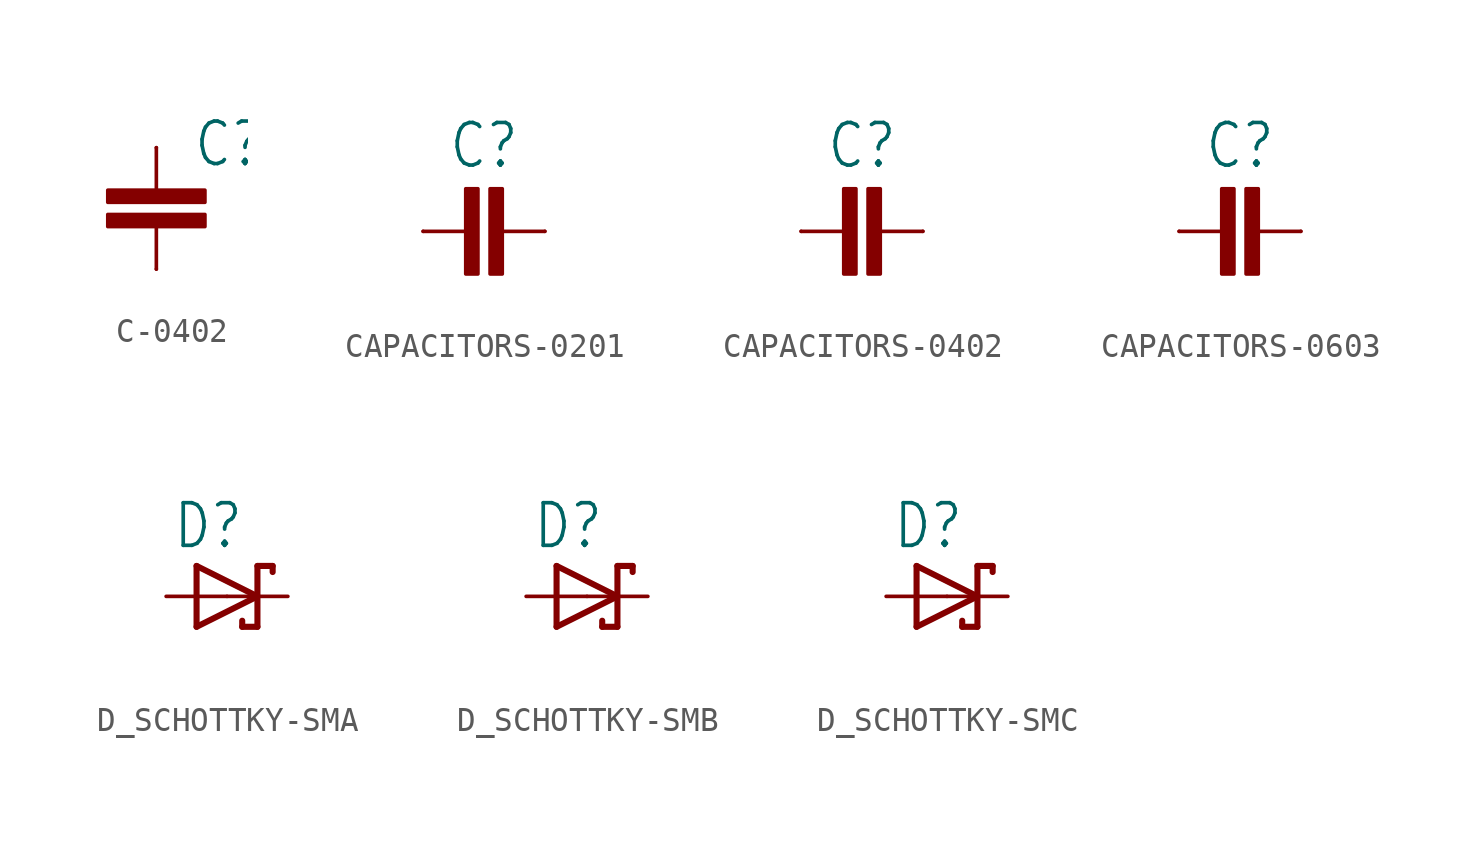
<source format=kicad_sym>
(kicad_symbol_lib
  (version 20231120)
  (generator "kicad_symbol_editor")
  (generator_version "8.0")
  (symbol "C-0402"
    (property "Reference" "C"
      (at 1.524 1.651 0)
      (effects (font (size 1.778 1.511)) (justify left bottom)))
    (property "Value" ""
      (at 1.524 -3.429 0)
      (effects (font (size 1.778 1.511)) (justify left bottom)))
    (property "ki_locked" ""
      (at 0 0 0)
      (effects (font (size 1.27 1.27))))
    (symbol "C-0402_1_0"
      (rectangle (start -2.032 -0.762) (end 2.032 -0.254) (stroke (width 0) (type default)) (fill (type outline)))
      (rectangle (start -2.032 0.254) (end 2.032 0.762) (stroke (width 0) (type default)) (fill (type outline)))
      (polyline (pts (xy 0 -2.54) (xy 0 -0.762)) (stroke (width 0.152) (type solid)) (fill (type none)))
      (polyline (pts (xy 0 2.54) (xy 0 0.762)) (stroke (width 0.152) (type solid)) (fill (type none)))
      (pin passive line (at 0 2.54 270) (length 0) (name "1" (effects (font (size 0 0)))) (number "1" (effects (font (size 0 0)))))
      (pin passive line (at 0 -2.54 90) (length 0) (name "2" (effects (font (size 0 0)))) (number "2" (effects (font (size 0 0)))))))
  (symbol "CAPACITORS-0201"
    (property "Reference" "C"
      (at 0 2.54 0)
      (effects (font (size 1.778 1.511)) (justify bottom)))
    (property "Value" ""
      (at 0 -2.54 0)
      (effects (font (size 1.778 1.511)) (justify top)))
    (property "ki_locked" ""
      (at 0 0 0)
      (effects (font (size 1.27 1.27))))
    (symbol "CAPACITORS-0201_1_0"
      (rectangle (start -0.762 1.778) (end -0.254 -1.778) (stroke (width 0) (type default)) (fill (type outline)))
      (polyline (pts (xy -2.54 0) (xy -0.762 0)) (stroke (width 0.152) (type solid)) (fill (type none)))
      (polyline (pts (xy 2.54 0) (xy 0.762 0)) (stroke (width 0.152) (type solid)) (fill (type none)))
      (rectangle (start 0.254 1.778) (end 0.762 -1.778) (stroke (width 0) (type default)) (fill (type outline)))
      (pin passive line (at -2.54 0 0) (length 0) (name "1" (effects (font (size 0 0)))) (number "1" (effects (font (size 0 0)))))
      (pin passive line (at 2.54 0 180) (length 0) (name "2" (effects (font (size 0 0)))) (number "2" (effects (font (size 0 0)))))))
  (symbol "CAPACITORS-0402"
    (property "Reference" "C"
      (at 0 2.54 0)
      (effects (font (size 1.778 1.511)) (justify bottom)))
    (property "Value" ""
      (at 0 -2.54 0)
      (effects (font (size 1.778 1.511)) (justify top)))
    (property "ki_locked" ""
      (at 0 0 0)
      (effects (font (size 1.27 1.27))))
    (symbol "CAPACITORS-0402_1_0"
      (rectangle (start -0.762 1.778) (end -0.254 -1.778) (stroke (width 0) (type default)) (fill (type outline)))
      (polyline (pts (xy -2.54 0) (xy -0.762 0)) (stroke (width 0.152) (type solid)) (fill (type none)))
      (polyline (pts (xy 2.54 0) (xy 0.762 0)) (stroke (width 0.152) (type solid)) (fill (type none)))
      (rectangle (start 0.254 1.778) (end 0.762 -1.778) (stroke (width 0) (type default)) (fill (type outline)))
      (pin passive line (at -2.54 0 0) (length 0) (name "1" (effects (font (size 0 0)))) (number "1" (effects (font (size 0 0)))))
      (pin passive line (at 2.54 0 180) (length 0) (name "2" (effects (font (size 0 0)))) (number "2" (effects (font (size 0 0)))))))
  (symbol "CAPACITORS-0603"
    (property "Reference" "C"
      (at 0 2.54 0)
      (effects (font (size 1.778 1.511)) (justify bottom)))
    (property "Value" ""
      (at 0 -2.54 0)
      (effects (font (size 1.778 1.511)) (justify top)))
    (property "ki_locked" ""
      (at 0 0 0)
      (effects (font (size 1.27 1.27))))
    (symbol "CAPACITORS-0603_1_0"
      (rectangle (start -0.762 1.778) (end -0.254 -1.778) (stroke (width 0) (type default)) (fill (type outline)))
      (polyline (pts (xy -2.54 0) (xy -0.762 0)) (stroke (width 0.152) (type solid)) (fill (type none)))
      (polyline (pts (xy 2.54 0) (xy 0.762 0)) (stroke (width 0.152) (type solid)) (fill (type none)))
      (rectangle (start 0.254 1.778) (end 0.762 -1.778) (stroke (width 0) (type default)) (fill (type outline)))
      (pin passive line (at -2.54 0 0) (length 0) (name "1" (effects (font (size 0 0)))) (number "1" (effects (font (size 0 0)))))
      (pin passive line (at 2.54 0 180) (length 0) (name "2" (effects (font (size 0 0)))) (number "2" (effects (font (size 0 0)))))))
  (symbol "D_SCHOTTKY-SMA"
    (property "Reference" "D"
      (at -2.286 1.905 0)
      (effects (font (size 1.778 1.511)) (justify left bottom)))
    (property "Value" ""
      (at -2.286 -3.429 0)
      (effects (font (size 1.778 1.511)) (justify left bottom)))
    (property "ki_locked" ""
      (at 0 0 0)
      (effects (font (size 1.27 1.27))))
    (symbol "D_SCHOTTKY-SMA_1_0"
      (polyline (pts (xy -1.27 -1.27) (xy 1.27 0)) (stroke (width 0.254) (type solid)) (fill (type none)))
      (polyline (pts (xy -1.27 1.27) (xy -1.27 -1.27)) (stroke (width 0.254) (type solid)) (fill (type none)))
      (polyline (pts (xy 0.635 -1.016) (xy 0.635 -1.27)) (stroke (width 0.254) (type solid)) (fill (type none)))
      (polyline (pts (xy 1.27 -1.27) (xy 0.635 -1.27)) (stroke (width 0.254) (type solid)) (fill (type none)))
      (polyline (pts (xy 1.27 0) (xy -1.27 1.27)) (stroke (width 0.254) (type solid)) (fill (type none)))
      (polyline (pts (xy 1.27 0) (xy 1.27 -1.27)) (stroke (width 0.254) (type solid)) (fill (type none)))
      (polyline (pts (xy 1.27 1.27) (xy 1.27 0)) (stroke (width 0.254) (type solid)) (fill (type none)))
      (polyline (pts (xy 1.905 1.27) (xy 1.27 1.27)) (stroke (width 0.254) (type solid)) (fill (type none)))
      (polyline (pts (xy 1.905 1.27) (xy 1.905 1.016)) (stroke (width 0.254) (type solid)) (fill (type none)))
      (pin passive line (at -2.54 0 0) (length 2.54) (name "A" (effects (font (size 0 0)))) (number "A" (effects (font (size 0 0)))))
      (pin passive line (at 2.54 0 180) (length 2.54) (name "C" (effects (font (size 0 0)))) (number "C" (effects (font (size 0 0)))))))
  (symbol "D_SCHOTTKY-SMB"
    (property "Reference" "D"
      (at -2.286 1.905 0)
      (effects (font (size 1.778 1.511)) (justify left bottom)))
    (property "Value" ""
      (at -2.286 -3.429 0)
      (effects (font (size 1.778 1.511)) (justify left bottom)))
    (property "ki_locked" ""
      (at 0 0 0)
      (effects (font (size 1.27 1.27))))
    (symbol "D_SCHOTTKY-SMB_1_0"
      (polyline (pts (xy -1.27 -1.27) (xy 1.27 0)) (stroke (width 0.254) (type solid)) (fill (type none)))
      (polyline (pts (xy -1.27 1.27) (xy -1.27 -1.27)) (stroke (width 0.254) (type solid)) (fill (type none)))
      (polyline (pts (xy 0.635 -1.016) (xy 0.635 -1.27)) (stroke (width 0.254) (type solid)) (fill (type none)))
      (polyline (pts (xy 1.27 -1.27) (xy 0.635 -1.27)) (stroke (width 0.254) (type solid)) (fill (type none)))
      (polyline (pts (xy 1.27 0) (xy -1.27 1.27)) (stroke (width 0.254) (type solid)) (fill (type none)))
      (polyline (pts (xy 1.27 0) (xy 1.27 -1.27)) (stroke (width 0.254) (type solid)) (fill (type none)))
      (polyline (pts (xy 1.27 1.27) (xy 1.27 0)) (stroke (width 0.254) (type solid)) (fill (type none)))
      (polyline (pts (xy 1.905 1.27) (xy 1.27 1.27)) (stroke (width 0.254) (type solid)) (fill (type none)))
      (polyline (pts (xy 1.905 1.27) (xy 1.905 1.016)) (stroke (width 0.254) (type solid)) (fill (type none)))
      (pin passive line (at -2.54 0 0) (length 2.54) (name "A" (effects (font (size 0 0)))) (number "A" (effects (font (size 0 0)))))
      (pin passive line (at 2.54 0 180) (length 2.54) (name "C" (effects (font (size 0 0)))) (number "C" (effects (font (size 0 0)))))))
  (symbol "D_SCHOTTKY-SMC"
    (property "Reference" "D"
      (at -2.286 1.905 0)
      (effects (font (size 1.778 1.511)) (justify left bottom)))
    (property "Value" ""
      (at -2.286 -3.429 0)
      (effects (font (size 1.778 1.511)) (justify left bottom)))
    (property "ki_locked" ""
      (at 0 0 0)
      (effects (font (size 1.27 1.27))))
    (symbol "D_SCHOTTKY-SMC_1_0"
      (polyline (pts (xy -1.27 -1.27) (xy 1.27 0)) (stroke (width 0.254) (type solid)) (fill (type none)))
      (polyline (pts (xy -1.27 1.27) (xy -1.27 -1.27)) (stroke (width 0.254) (type solid)) (fill (type none)))
      (polyline (pts (xy 0.635 -1.016) (xy 0.635 -1.27)) (stroke (width 0.254) (type solid)) (fill (type none)))
      (polyline (pts (xy 1.27 -1.27) (xy 0.635 -1.27)) (stroke (width 0.254) (type solid)) (fill (type none)))
      (polyline (pts (xy 1.27 0) (xy -1.27 1.27)) (stroke (width 0.254) (type solid)) (fill (type none)))
      (polyline (pts (xy 1.27 0) (xy 1.27 -1.27)) (stroke (width 0.254) (type solid)) (fill (type none)))
      (polyline (pts (xy 1.27 1.27) (xy 1.27 0)) (stroke (width 0.254) (type solid)) (fill (type none)))
      (polyline (pts (xy 1.905 1.27) (xy 1.27 1.27)) (stroke (width 0.254) (type solid)) (fill (type none)))
      (polyline (pts (xy 1.905 1.27) (xy 1.905 1.016)) (stroke (width 0.254) (type solid)) (fill (type none)))
      (pin passive line (at -2.54 0 0) (length 2.54) (name "A" (effects (font (size 0 0)))) (number "A" (effects (font (size 0 0)))))
      (pin passive line (at 2.54 0 180) (length 2.54) (name "C" (effects (font (size 0 0)))) (number "C" (effects (font (size 0 0))))))))
</source>
